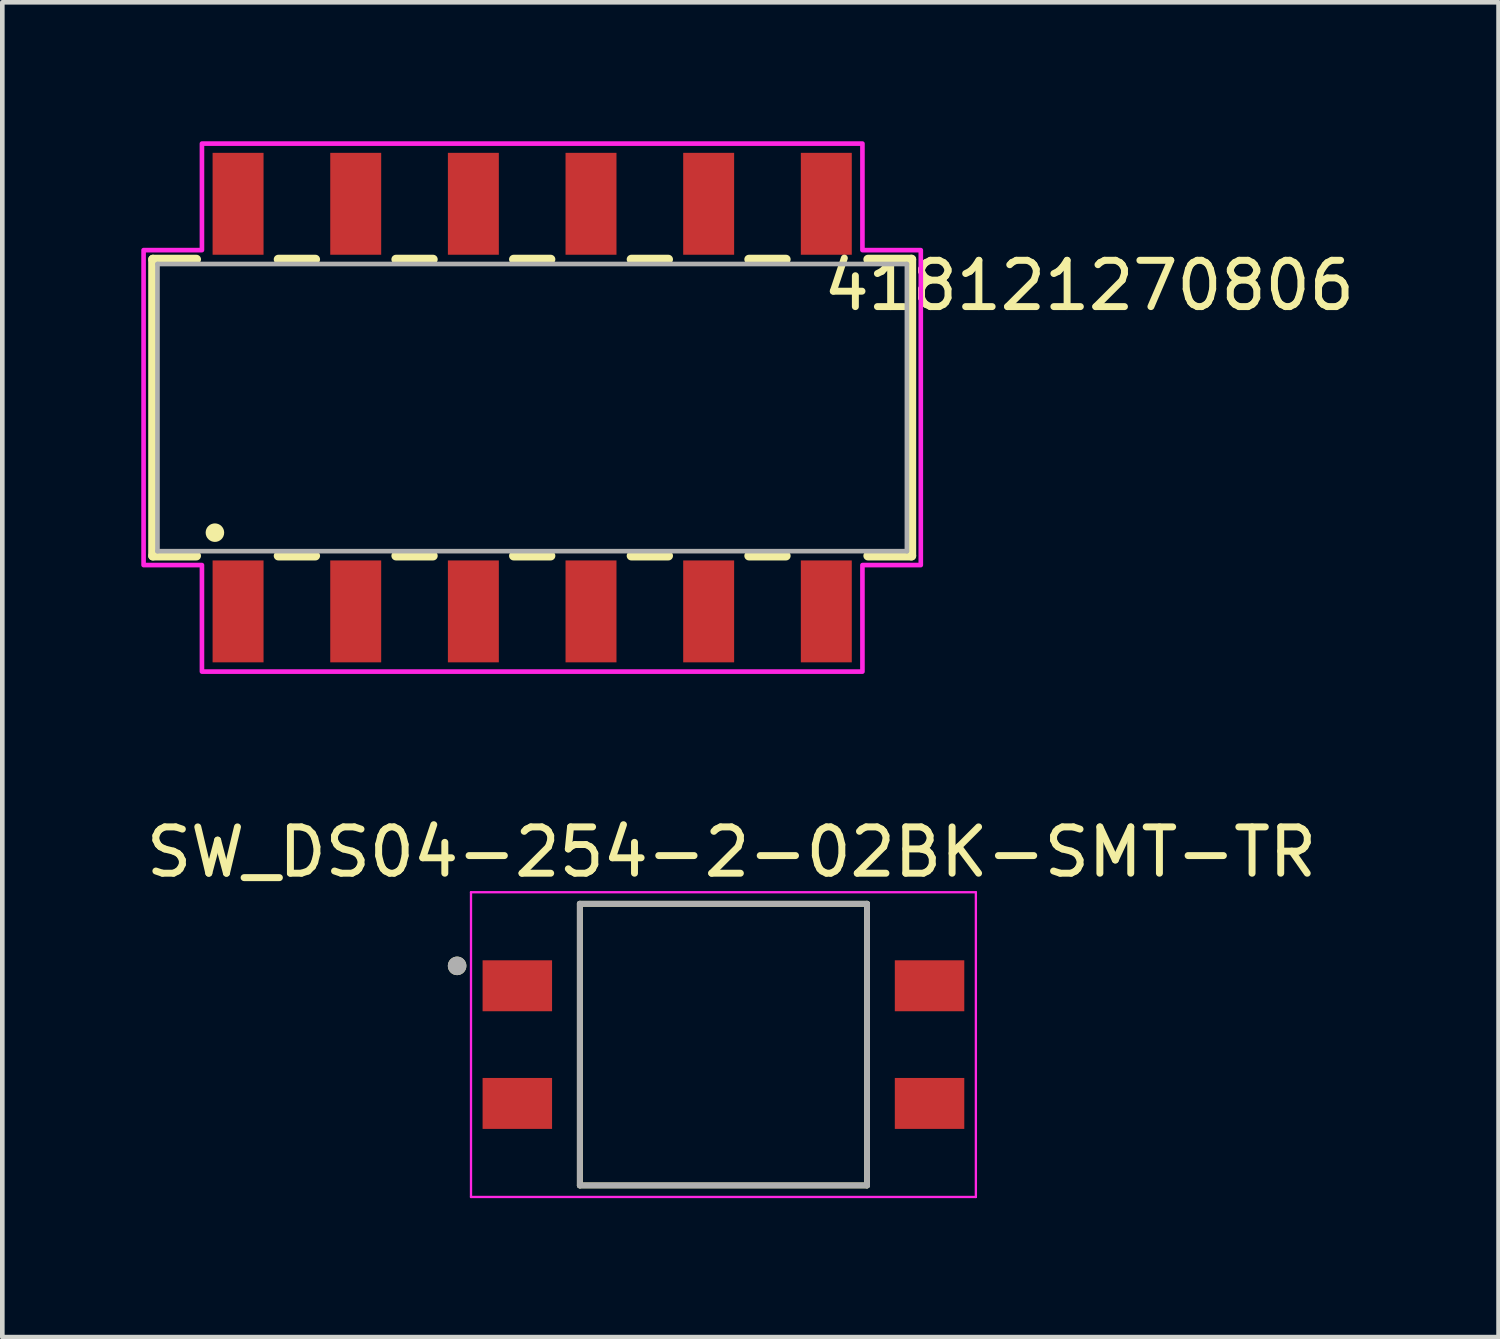
<source format=kicad_pcb>
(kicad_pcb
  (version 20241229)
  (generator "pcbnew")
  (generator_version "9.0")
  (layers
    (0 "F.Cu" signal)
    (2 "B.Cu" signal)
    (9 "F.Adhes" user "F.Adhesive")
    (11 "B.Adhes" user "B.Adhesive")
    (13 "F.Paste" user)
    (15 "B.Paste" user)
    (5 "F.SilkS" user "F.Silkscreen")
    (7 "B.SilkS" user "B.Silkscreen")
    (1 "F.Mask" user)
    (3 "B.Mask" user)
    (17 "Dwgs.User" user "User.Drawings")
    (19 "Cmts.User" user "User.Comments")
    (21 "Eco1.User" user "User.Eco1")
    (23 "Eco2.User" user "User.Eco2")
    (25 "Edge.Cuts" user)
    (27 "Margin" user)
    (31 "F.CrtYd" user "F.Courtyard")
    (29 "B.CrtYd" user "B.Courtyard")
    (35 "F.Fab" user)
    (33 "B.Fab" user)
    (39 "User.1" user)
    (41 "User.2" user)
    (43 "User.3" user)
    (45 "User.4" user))
  (footprint "SW_DS04-254-2-02BK-SMT-TR"
    (layer "F.Cu")
    (at 12.569 19.503)
    (property "Reference" "SW_DS04-254-2-02BK-SMT-TR" (at 0.175 -4.155 0) (layer "F.SilkS") (effects (font (size 1 1) (thickness 0.15))))
    (attr smd)
    (fp_line (start -3.1 -3.04) (end 3.1 -3.04) (stroke (width 0.127) (type solid)) (layer "F.SilkS"))
    (fp_line (start -3.1 3.04) (end -3.1 -3.04) (stroke (width 0.127) (type solid)) (layer "F.SilkS"))
    (fp_line (start 3.1 -3.04) (end 3.1 3.04) (stroke (width 0.127) (type solid)) (layer "F.SilkS"))
    (fp_line (start 3.1 3.04) (end -3.1 3.04) (stroke (width 0.127) (type solid)) (layer "F.SilkS"))
    (fp_circle (center -5.75 -1.7) (end -5.65 -1.7) (stroke (width 0.2) (type solid)) (fill no) (layer "F.SilkS"))
    (fp_line (start -5.45 -3.29) (end -5.45 3.29) (stroke (width 0.05) (type solid)) (layer "F.CrtYd"))
    (fp_line (start -5.45 3.29) (end 5.45 3.29) (stroke (width 0.05) (type solid)) (layer "F.CrtYd"))
    (fp_line (start 5.45 -3.29) (end -5.45 -3.29) (stroke (width 0.05) (type solid)) (layer "F.CrtYd"))
    (fp_line (start 5.45 3.29) (end 5.45 -3.29) (stroke (width 0.05) (type solid)) (layer "F.CrtYd"))
    (fp_line (start -3.1 -3.04) (end 3.1 -3.04) (stroke (width 0.127) (type solid)) (layer "F.Fab"))
    (fp_line (start -3.1 3.04) (end -3.1 -3.04) (stroke (width 0.127) (type solid)) (layer "F.Fab"))
    (fp_line (start 3.1 -3.04) (end 3.1 3.04) (stroke (width 0.127) (type solid)) (layer "F.Fab"))
    (fp_line (start 3.1 3.04) (end -3.1 3.04) (stroke (width 0.127) (type solid)) (layer "F.Fab"))
    (fp_circle (center -5.75 -1.7) (end -5.65 -1.7) (stroke (width 0.2) (type solid)) (fill no) (layer "F.Fab"))
    (pad "1A" smd rect (at -4.45 -1.27) (size 1.5 1.1) (layers "F.Cu" "F.Mask" "F.Paste"))
    (pad "1B" smd rect (at 4.45 -1.27) (size 1.5 1.1) (layers "F.Cu" "F.Mask" "F.Paste"))
    (pad "2A" smd rect (at -4.45 1.27) (size 1.5 1.1) (layers "F.Cu" "F.Mask" "F.Paste"))
    (pad "2B" smd rect (at 4.45 1.27) (size 1.5 1.1) (layers "F.Cu" "F.Mask" "F.Paste")))
  (footprint "418121270806"
    (layer "F.Cu")
    (at 8.44 5.75)
    (property "Reference" "418121270806" (at 12.025 -2.635 0) (layer "F.SilkS") (effects (font (size 1 1) (thickness 0.15))))
    (attr smd)
    (fp_line (start -8.19 -3.2) (end -8.19 3.2) (stroke (width 0.2) (type solid)) (layer "F.SilkS"))
    (fp_line (start -8.19 3.2) (end -7.25 3.2) (stroke (width 0.2) (type solid)) (layer "F.SilkS"))
    (fp_line (start -7.25 -3.2) (end -8.19 -3.2) (stroke (width 0.2) (type solid)) (layer "F.SilkS"))
    (fp_line (start -5.48 3.2) (end -4.68 3.2) (stroke (width 0.2) (type solid)) (layer "F.SilkS"))
    (fp_line (start -4.68 -3.2) (end -5.48 -3.2) (stroke (width 0.2) (type solid)) (layer "F.SilkS"))
    (fp_line (start -2.94 3.2) (end -2.14 3.2) (stroke (width 0.2) (type solid)) (layer "F.SilkS"))
    (fp_line (start -2.14 -3.2) (end -2.94 -3.2) (stroke (width 0.2) (type solid)) (layer "F.SilkS"))
    (fp_line (start -0.4 3.2) (end 0.4 3.2) (stroke (width 0.2) (type solid)) (layer "F.SilkS"))
    (fp_line (start 0.4 -3.2) (end -0.4 -3.2) (stroke (width 0.2) (type solid)) (layer "F.SilkS"))
    (fp_line (start 2.14 3.2) (end 2.94 3.2) (stroke (width 0.2) (type solid)) (layer "F.SilkS"))
    (fp_line (start 2.94 -3.2) (end 2.14 -3.2) (stroke (width 0.2) (type solid)) (layer "F.SilkS"))
    (fp_line (start 4.68 3.2) (end 5.48 3.2) (stroke (width 0.2) (type solid)) (layer "F.SilkS"))
    (fp_line (start 5.48 -3.2) (end 4.68 -3.2) (stroke (width 0.2) (type solid)) (layer "F.SilkS"))
    (fp_line (start 7.25 -3.2) (end 8.19 -3.2) (stroke (width 0.2) (type solid)) (layer "F.SilkS"))
    (fp_line (start 8.19 -3.2) (end 8.19 3.2) (stroke (width 0.2) (type solid)) (layer "F.SilkS"))
    (fp_line (start 8.19 3.2) (end 7.25 3.2) (stroke (width 0.2) (type solid)) (layer "F.SilkS"))
    (fp_circle (center -6.85 2.7) (end -6.75 2.7) (stroke (width 0.2) (type solid)) (fill no) (layer "F.SilkS"))
    (fp_poly (pts (xy -7.13 -5.7) (xy 7.13 -5.7) (xy 7.13 -3.4) (xy 8.39 -3.4) (xy 8.39 3.4) (xy 7.13 3.4) (xy 7.13 5.7) (xy -7.13 5.7) (xy -7.13 3.4) (xy -8.39 3.4) (xy -8.39 -3.4) (xy -7.13 -3.4)) (stroke (width 0.1) (type solid)) (fill no) (layer "F.CrtYd"))
    (fp_line (start -8.09 -3.1) (end 8.09 -3.1) (stroke (width 0.1) (type solid)) (layer "F.Fab"))
    (fp_line (start -8.09 3.1) (end -8.09 -3.1) (stroke (width 0.1) (type solid)) (layer "F.Fab"))
    (fp_line (start 8.09 -3.1) (end 8.09 3.1) (stroke (width 0.1) (type solid)) (layer "F.Fab"))
    (fp_line (start 8.09 3.1) (end -8.09 3.1) (stroke (width 0.1) (type solid)) (layer "F.Fab"))
    (pad "1" smd rect (at -6.35 4.4) (size 1.1 2.2) (layers "F.Cu" "F.Mask" "F.Paste"))
    (pad "2" smd rect (at -3.81 4.4) (size 1.1 2.2) (layers "F.Cu" "F.Mask" "F.Paste"))
    (pad "3" smd rect (at -1.27 4.4) (size 1.1 2.2) (layers "F.Cu" "F.Mask" "F.Paste"))
    (pad "4" smd rect (at 1.27 4.4) (size 1.1 2.2) (layers "F.Cu" "F.Mask" "F.Paste"))
    (pad "5" smd rect (at 3.81 4.4) (size 1.1 2.2) (layers "F.Cu" "F.Mask" "F.Paste"))
    (pad "6" smd rect (at 6.35 4.4) (size 1.1 2.2) (layers "F.Cu" "F.Mask" "F.Paste"))
    (pad "A1" smd rect (at -6.35 -4.4) (size 1.1 2.2) (layers "F.Cu" "F.Mask" "F.Paste"))
    (pad "A2" smd rect (at -3.81 -4.4) (size 1.1 2.2) (layers "F.Cu" "F.Mask" "F.Paste"))
    (pad "A3" smd rect (at -1.27 -4.4) (size 1.1 2.2) (layers "F.Cu" "F.Mask" "F.Paste"))
    (pad "A4" smd rect (at 1.27 -4.4) (size 1.1 2.2) (layers "F.Cu" "F.Mask" "F.Paste"))
    (pad "A5" smd rect (at 3.81 -4.4) (size 1.1 2.2) (layers "F.Cu" "F.Mask" "F.Paste"))
    (pad "A6" smd rect (at 6.35 -4.4) (size 1.1 2.2) (layers "F.Cu" "F.Mask" "F.Paste")))
  (gr_rect
    (start -3 -3)
    (end 29.304 25.818)
    (stroke (width 0.1) (type default))
    (fill no)
    (layer "Edge.Cuts")))
</source>
